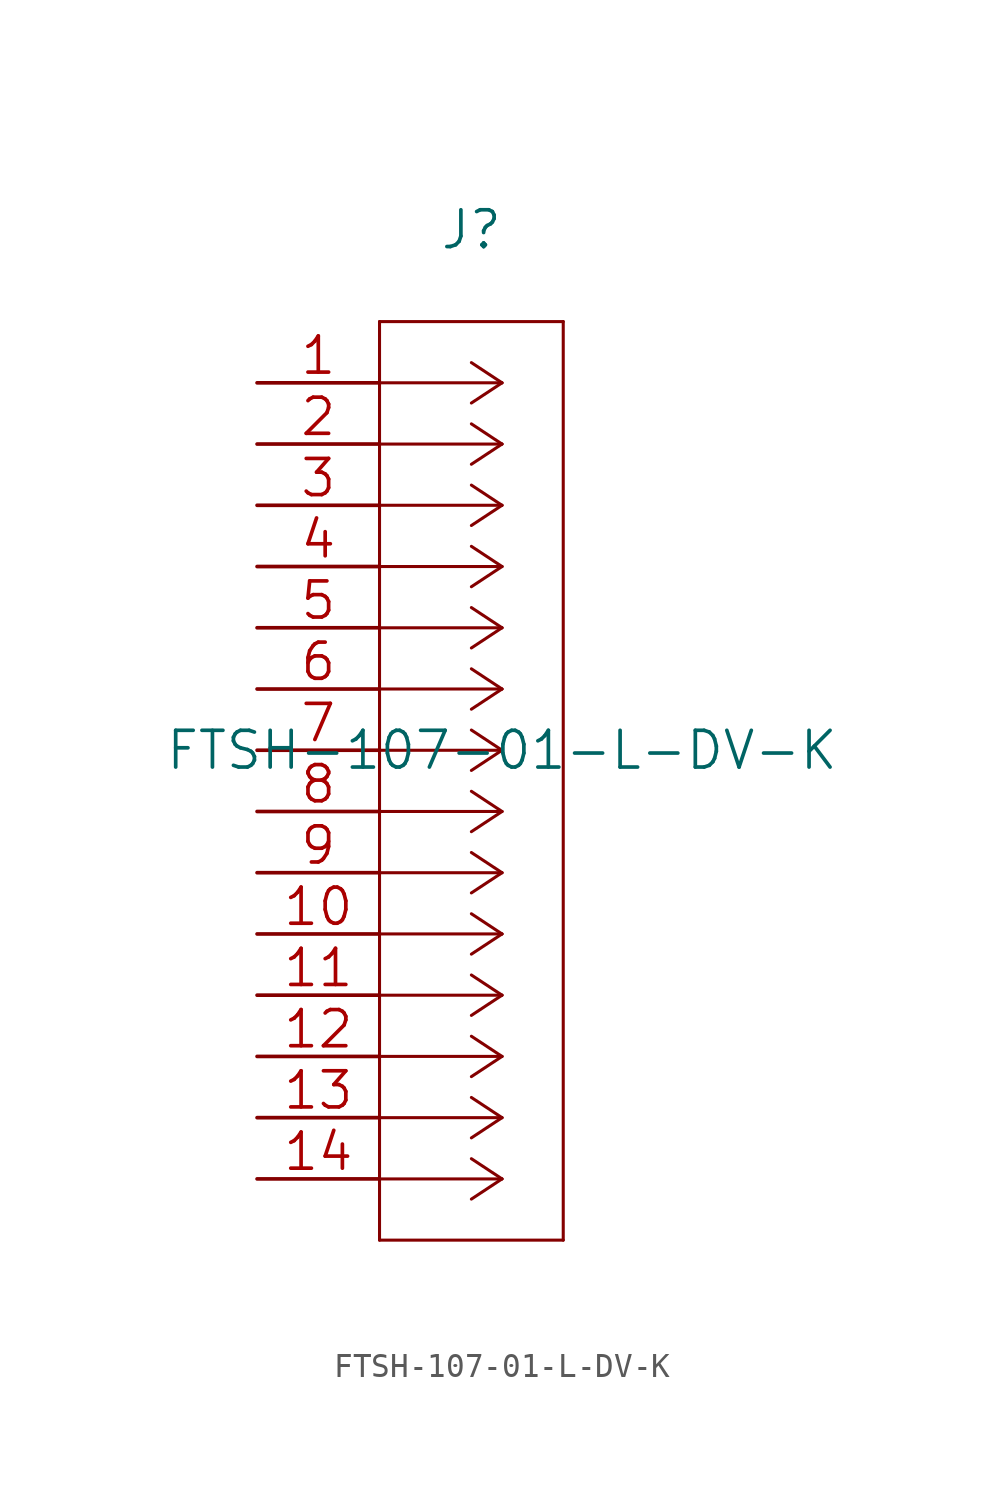
<source format=kicad_sym>
(kicad_symbol_lib
  (version 20220914)
  (generator kicad_symbol_editor)
  (symbol "FTSH-107-01-L-DV-K"
    (pin_names
      (offset 0.254) hide)
    (property "Reference" "J"
      (at 8.89 6.35 0)
      (effects (font (size 1.524 1.524))))
    (property "Value" "FTSH-107-01-L-DV-K"
      (at 10.16 -15.24 0)
      (effects (font (size 1.524 1.524))))
    (property "Datasheet" ""
      (at 0 0 0)
      (effects (font (size 1.524 1.524))))
    (property "ki_locked" ""
      (at 0 0 0)
      (effects (font (size 1.27 1.27))))
    (symbol "FTSH-107-01-L-DV-K_1_1"
      (polyline (pts (xy 5.08 -35.56) (xy 12.7 -35.56)) (stroke (width 0.127) (type solid)) (fill (type none)))
      (polyline (pts (xy 5.08 2.54) (xy 5.08 -35.56)) (stroke (width 0.127) (type solid)) (fill (type none)))
      (polyline (pts (xy 10.16 -33.02) (xy 5.08 -33.02)) (stroke (width 0.127) (type solid)) (fill (type none)))
      (polyline (pts (xy 10.16 -33.02) (xy 8.89 -33.858)) (stroke (width 0.127) (type solid)) (fill (type none)))
      (polyline (pts (xy 10.16 -33.02) (xy 8.89 -32.182)) (stroke (width 0.127) (type solid)) (fill (type none)))
      (polyline (pts (xy 10.16 -30.48) (xy 5.08 -30.48)) (stroke (width 0.127) (type solid)) (fill (type none)))
      (polyline (pts (xy 10.16 -30.48) (xy 8.89 -31.318)) (stroke (width 0.127) (type solid)) (fill (type none)))
      (polyline (pts (xy 10.16 -30.48) (xy 8.89 -29.642)) (stroke (width 0.127) (type solid)) (fill (type none)))
      (polyline (pts (xy 10.16 -27.94) (xy 5.08 -27.94)) (stroke (width 0.127) (type solid)) (fill (type none)))
      (polyline (pts (xy 10.16 -27.94) (xy 8.89 -28.778)) (stroke (width 0.127) (type solid)) (fill (type none)))
      (polyline (pts (xy 10.16 -27.94) (xy 8.89 -27.102)) (stroke (width 0.127) (type solid)) (fill (type none)))
      (polyline (pts (xy 10.16 -25.4) (xy 5.08 -25.4)) (stroke (width 0.127) (type solid)) (fill (type none)))
      (polyline (pts (xy 10.16 -25.4) (xy 8.89 -26.238)) (stroke (width 0.127) (type solid)) (fill (type none)))
      (polyline (pts (xy 10.16 -25.4) (xy 8.89 -24.562)) (stroke (width 0.127) (type solid)) (fill (type none)))
      (polyline (pts (xy 10.16 -22.86) (xy 5.08 -22.86)) (stroke (width 0.127) (type solid)) (fill (type none)))
      (polyline (pts (xy 10.16 -22.86) (xy 8.89 -23.698)) (stroke (width 0.127) (type solid)) (fill (type none)))
      (polyline (pts (xy 10.16 -22.86) (xy 8.89 -22.022)) (stroke (width 0.127) (type solid)) (fill (type none)))
      (polyline (pts (xy 10.16 -20.32) (xy 5.08 -20.32)) (stroke (width 0.127) (type solid)) (fill (type none)))
      (polyline (pts (xy 10.16 -20.32) (xy 8.89 -21.158)) (stroke (width 0.127) (type solid)) (fill (type none)))
      (polyline (pts (xy 10.16 -20.32) (xy 8.89 -19.482)) (stroke (width 0.127) (type solid)) (fill (type none)))
      (polyline (pts (xy 10.16 -17.78) (xy 5.08 -17.78)) (stroke (width 0.127) (type solid)) (fill (type none)))
      (polyline (pts (xy 10.16 -17.78) (xy 8.89 -18.618)) (stroke (width 0.127) (type solid)) (fill (type none)))
      (polyline (pts (xy 10.16 -17.78) (xy 8.89 -16.942)) (stroke (width 0.127) (type solid)) (fill (type none)))
      (polyline (pts (xy 10.16 -15.24) (xy 5.08 -15.24)) (stroke (width 0.127) (type solid)) (fill (type none)))
      (polyline (pts (xy 10.16 -15.24) (xy 8.89 -16.078)) (stroke (width 0.127) (type solid)) (fill (type none)))
      (polyline (pts (xy 10.16 -15.24) (xy 8.89 -14.402)) (stroke (width 0.127) (type solid)) (fill (type none)))
      (polyline (pts (xy 10.16 -12.7) (xy 5.08 -12.7)) (stroke (width 0.127) (type solid)) (fill (type none)))
      (polyline (pts (xy 10.16 -12.7) (xy 8.89 -13.538)) (stroke (width 0.127) (type solid)) (fill (type none)))
      (polyline (pts (xy 10.16 -12.7) (xy 8.89 -11.862)) (stroke (width 0.127) (type solid)) (fill (type none)))
      (polyline (pts (xy 10.16 -10.16) (xy 5.08 -10.16)) (stroke (width 0.127) (type solid)) (fill (type none)))
      (polyline (pts (xy 10.16 -10.16) (xy 8.89 -10.998)) (stroke (width 0.127) (type solid)) (fill (type none)))
      (polyline (pts (xy 10.16 -10.16) (xy 8.89 -9.322)) (stroke (width 0.127) (type solid)) (fill (type none)))
      (polyline (pts (xy 10.16 -7.62) (xy 5.08 -7.62)) (stroke (width 0.127) (type solid)) (fill (type none)))
      (polyline (pts (xy 10.16 -7.62) (xy 8.89 -8.458)) (stroke (width 0.127) (type solid)) (fill (type none)))
      (polyline (pts (xy 10.16 -7.62) (xy 8.89 -6.782)) (stroke (width 0.127) (type solid)) (fill (type none)))
      (polyline (pts (xy 10.16 -5.08) (xy 5.08 -5.08)) (stroke (width 0.127) (type solid)) (fill (type none)))
      (polyline (pts (xy 10.16 -5.08) (xy 8.89 -5.918)) (stroke (width 0.127) (type solid)) (fill (type none)))
      (polyline (pts (xy 10.16 -5.08) (xy 8.89 -4.242)) (stroke (width 0.127) (type solid)) (fill (type none)))
      (polyline (pts (xy 10.16 -2.54) (xy 5.08 -2.54)) (stroke (width 0.127) (type solid)) (fill (type none)))
      (polyline (pts (xy 10.16 -2.54) (xy 8.89 -3.378)) (stroke (width 0.127) (type solid)) (fill (type none)))
      (polyline (pts (xy 10.16 -2.54) (xy 8.89 -1.702)) (stroke (width 0.127) (type solid)) (fill (type none)))
      (polyline (pts (xy 10.16 0) (xy 5.08 0)) (stroke (width 0.127) (type solid)) (fill (type none)))
      (polyline (pts (xy 10.16 0) (xy 8.89 -0.838)) (stroke (width 0.127) (type solid)) (fill (type none)))
      (polyline (pts (xy 10.16 0) (xy 8.89 0.838)) (stroke (width 0.127) (type solid)) (fill (type none)))
      (polyline (pts (xy 12.7 -35.56) (xy 12.7 2.54)) (stroke (width 0.127) (type solid)) (fill (type none)))
      (polyline (pts (xy 12.7 2.54) (xy 5.08 2.54)) (stroke (width 0.127) (type solid)) (fill (type none)))
      (pin unspecified line (at 0 0 0) (length 5.08) (name "1" (effects (font (size 1.499 1.499)))) (number "1" (effects (font (size 1.499 1.499)))))
      (pin unspecified line (at 0 -22.86 0) (length 5.08) (name "10" (effects (font (size 1.499 1.499)))) (number "10" (effects (font (size 1.499 1.499)))))
      (pin unspecified line (at 0 -25.4 0) (length 5.08) (name "11" (effects (font (size 1.499 1.499)))) (number "11" (effects (font (size 1.499 1.499)))))
      (pin unspecified line (at 0 -27.94 0) (length 5.08) (name "12" (effects (font (size 1.499 1.499)))) (number "12" (effects (font (size 1.499 1.499)))))
      (pin unspecified line (at 0 -30.48 0) (length 5.08) (name "13" (effects (font (size 1.499 1.499)))) (number "13" (effects (font (size 1.499 1.499)))))
      (pin unspecified line (at 0 -33.02 0) (length 5.08) (name "14" (effects (font (size 1.499 1.499)))) (number "14" (effects (font (size 1.499 1.499)))))
      (pin unspecified line (at 0 -2.54 0) (length 5.08) (name "2" (effects (font (size 1.499 1.499)))) (number "2" (effects (font (size 1.499 1.499)))))
      (pin unspecified line (at 0 -5.08 0) (length 5.08) (name "3" (effects (font (size 1.499 1.499)))) (number "3" (effects (font (size 1.499 1.499)))))
      (pin unspecified line (at 0 -7.62 0) (length 5.08) (name "4" (effects (font (size 1.499 1.499)))) (number "4" (effects (font (size 1.499 1.499)))))
      (pin unspecified line (at 0 -10.16 0) (length 5.08) (name "5" (effects (font (size 1.499 1.499)))) (number "5" (effects (font (size 1.499 1.499)))))
      (pin unspecified line (at 0 -12.7 0) (length 5.08) (name "6" (effects (font (size 1.499 1.499)))) (number "6" (effects (font (size 1.499 1.499)))))
      (pin unspecified line (at 0 -15.24 0) (length 5.08) (name "7" (effects (font (size 1.499 1.499)))) (number "7" (effects (font (size 1.499 1.499)))))
      (pin unspecified line (at 0 -17.78 0) (length 5.08) (name "8" (effects (font (size 1.499 1.499)))) (number "8" (effects (font (size 1.499 1.499)))))
      (pin unspecified line (at 0 -20.32 0) (length 5.08) (name "9" (effects (font (size 1.499 1.499)))) (number "9" (effects (font (size 1.499 1.499))))))))
</source>
